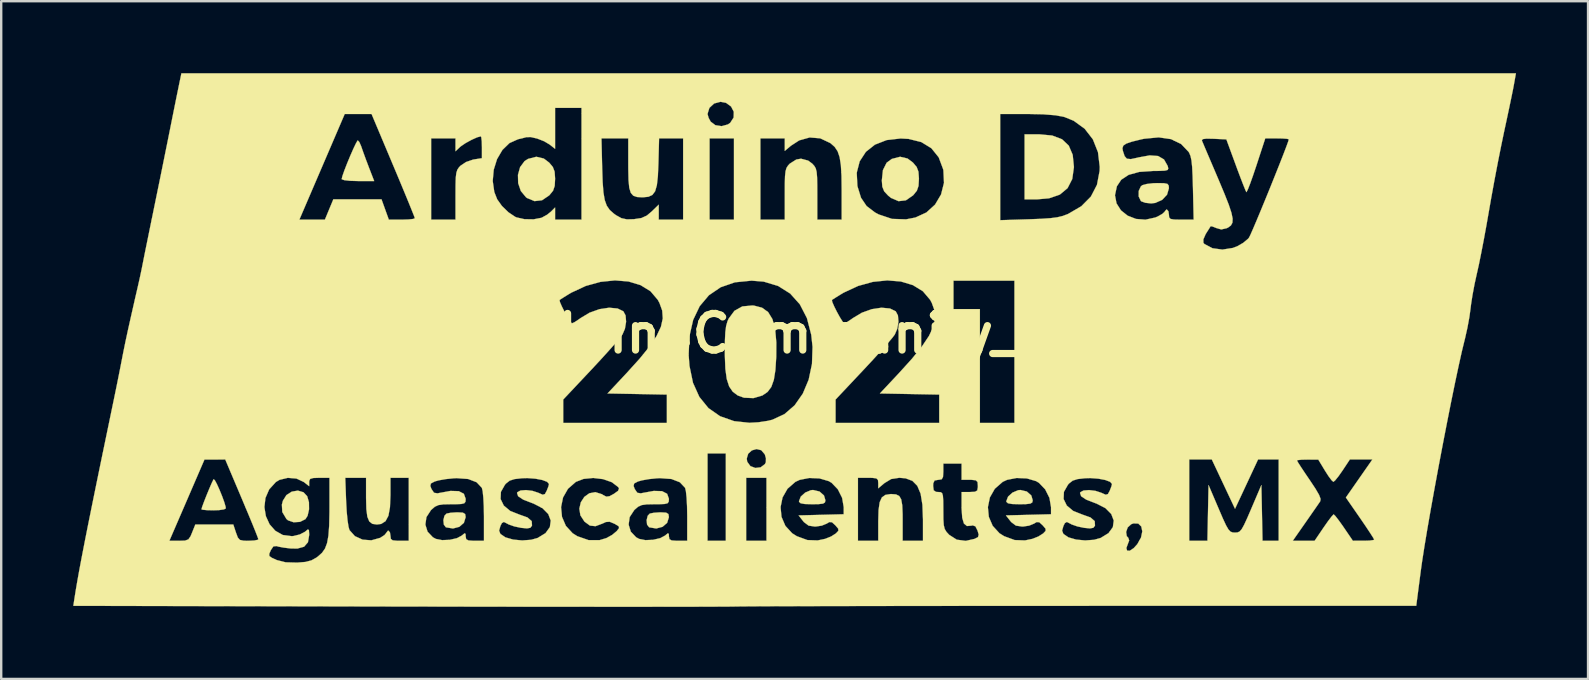
<source format=kicad_pcb>
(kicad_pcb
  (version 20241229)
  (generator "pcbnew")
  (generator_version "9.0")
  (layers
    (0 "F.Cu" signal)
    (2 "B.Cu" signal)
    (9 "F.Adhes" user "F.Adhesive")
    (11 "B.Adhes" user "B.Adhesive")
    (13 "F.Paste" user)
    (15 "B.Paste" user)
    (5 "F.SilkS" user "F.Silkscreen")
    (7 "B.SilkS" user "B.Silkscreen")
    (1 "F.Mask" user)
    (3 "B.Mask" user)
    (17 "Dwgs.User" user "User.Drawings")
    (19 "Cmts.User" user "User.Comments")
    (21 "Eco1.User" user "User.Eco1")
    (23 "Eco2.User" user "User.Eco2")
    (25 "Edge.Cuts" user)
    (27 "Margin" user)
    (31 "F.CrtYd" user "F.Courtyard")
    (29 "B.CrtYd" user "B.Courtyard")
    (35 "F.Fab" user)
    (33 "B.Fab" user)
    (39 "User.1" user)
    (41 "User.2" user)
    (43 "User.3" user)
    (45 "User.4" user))
  (footprint "ArduinoCommunity_777"
    (layer "F.Cu")
    (at 30.572 10.842)
    (property "Reference" "ArduinoCommunity_777" (at 0 0 0) (layer "F.SilkS") (effects (font (size 1.524 1.524) (thickness 0.3))))
    (attr through_hole)
    (fp_poly (pts (xy 9.673 -8.297) (xy 10.211 -8.246) (xy 10.618 -8.091) (xy 10.9 -7.825) (xy 11.063 -7.443) (xy 11.114 -6.938) (xy 11.114 -6.929) (xy 11.045 -6.436) (xy 10.85 -6.055) (xy 10.528 -5.787) (xy 10.08 -5.632) (xy 9.583 -5.588) (xy 9.059 -5.588) (xy 9.059 -8.297) (xy 9.673 -8.297)) (stroke (width 0.01) (type solid)) (fill yes) (layer "F.SilkS"))
    (fp_poly (pts (xy -14.34 7.463) (xy -14.245 7.521) (xy -14.224 7.649) (xy -14.297 7.887) (xy -14.488 8.053) (xy -14.752 8.123) (xy -15.045 8.074) (xy -15.05 8.072) (xy -15.134 7.96) (xy -15.152 7.774) (xy -15.108 7.593) (xy -15.021 7.502) (xy -14.852 7.468) (xy -14.605 7.451) (xy -14.556 7.451) (xy -14.34 7.463)) (stroke (width 0.01) (type solid)) (fill yes) (layer "F.SilkS"))
    (fp_poly (pts (xy -5.873 7.463) (xy -5.778 7.521) (xy -5.757 7.649) (xy -5.831 7.887) (xy -6.022 8.053) (xy -6.285 8.123) (xy -6.578 8.074) (xy -6.583 8.072) (xy -6.668 7.96) (xy -6.686 7.774) (xy -6.641 7.593) (xy -6.555 7.502) (xy -6.385 7.468) (xy -6.138 7.451) (xy -6.089 7.451) (xy -5.873 7.463)) (stroke (width 0.01) (type solid)) (fill yes) (layer "F.SilkS"))
    (fp_poly (pts (xy 0.517 6.583) (xy 0.703 6.748) (xy 0.762 6.949) (xy 0.743 7.037) (xy 0.662 7.087) (xy 0.481 7.108) (xy 0.212 7.112) (xy -0.097 7.104) (xy -0.269 7.073) (xy -0.335 7.014) (xy -0.339 6.985) (xy -0.265 6.795) (xy -0.081 6.628) (xy 0.154 6.529) (xy 0.248 6.519) (xy 0.517 6.583)) (stroke (width 0.01) (type solid)) (fill yes) (layer "F.SilkS"))
    (fp_poly (pts (xy 9.153 6.583) (xy 9.339 6.748) (xy 9.398 6.949) (xy 9.379 7.037) (xy 9.298 7.087) (xy 9.117 7.108) (xy 8.848 7.112) (xy 8.539 7.104) (xy 8.367 7.073) (xy 8.301 7.014) (xy 8.297 6.985) (xy 8.371 6.795) (xy 8.555 6.628) (xy 8.79 6.529) (xy 8.884 6.519) (xy 9.153 6.583)) (stroke (width 0.01) (type solid)) (fill yes) (layer "F.SilkS"))
    (fp_poly (pts (xy -20.98 6.614) (xy -20.826 6.778) (xy -20.752 7.029) (xy -20.748 7.324) (xy -20.808 7.591) (xy -20.898 7.734) (xy -21.124 7.847) (xy -21.391 7.864) (xy -21.625 7.783) (xy -21.691 7.726) (xy -21.863 7.438) (xy -21.88 7.13) (xy -21.838 6.967) (xy -21.691 6.731) (xy -21.467 6.588) (xy -21.214 6.545) (xy -20.98 6.614)) (stroke (width 0.01) (type solid)) (fill yes) (layer "F.SilkS"))
    (fp_poly (pts (xy 14.868 -6.26) (xy 15.009 -6.232) (xy 15.062 -6.162) (xy 15.071 -6.05) (xy 14.993 -5.783) (xy 14.79 -5.567) (xy 14.504 -5.439) (xy 14.329 -5.419) (xy 14.091 -5.444) (xy 13.921 -5.505) (xy 13.902 -5.52) (xy 13.811 -5.708) (xy 13.813 -5.937) (xy 13.901 -6.127) (xy 13.964 -6.178) (xy 14.139 -6.227) (xy 14.411 -6.259) (xy 14.599 -6.265) (xy 14.868 -6.26)) (stroke (width 0.01) (type solid)) (fill yes) (layer "F.SilkS"))
    (fp_poly (pts (xy -24.672 6.114) (xy -24.585 6.275) (xy -24.479 6.509) (xy -24.371 6.774) (xy -24.28 7.024) (xy -24.224 7.218) (xy -24.215 7.286) (xy -24.292 7.328) (xy -24.491 7.357) (xy -24.723 7.366) (xy -24.991 7.36) (xy -25.175 7.343) (xy -25.231 7.325) (xy -25.2 7.217) (xy -25.122 7.005) (xy -25.016 6.736) (xy -24.902 6.46) (xy -24.801 6.227) (xy -24.733 6.087) (xy -24.722 6.07) (xy -24.672 6.114)) (stroke (width 0.01) (type solid)) (fill yes) (layer "F.SilkS"))
    (fp_poly (pts (xy -18.652 -7.972) (xy -18.575 -7.796) (xy -18.566 -7.768) (xy -18.489 -7.547) (xy -18.376 -7.238) (xy -18.256 -6.921) (xy -18.035 -6.35) (xy -18.712 -6.35) (xy -19.044 -6.36) (xy -19.28 -6.387) (xy -19.386 -6.426) (xy -19.389 -6.434) (xy -19.358 -6.56) (xy -19.279 -6.787) (xy -19.167 -7.075) (xy -19.039 -7.384) (xy -18.913 -7.673) (xy -18.805 -7.901) (xy -18.733 -8.029) (xy -18.717 -8.043) (xy -18.652 -7.972)) (stroke (width 0.01) (type solid)) (fill yes) (layer "F.SilkS"))
    (fp_poly (pts (xy -10.97 -7.288) (xy -10.746 -7.119) (xy -10.592 -6.935) (xy -10.518 -6.741) (xy -10.499 -6.462) (xy -10.499 -6.435) (xy -10.515 -6.146) (xy -10.583 -5.948) (xy -10.731 -5.766) (xy -10.746 -5.751) (xy -11.043 -5.55) (xy -11.356 -5.514) (xy -11.669 -5.644) (xy -11.712 -5.677) (xy -11.926 -5.935) (xy -12.037 -6.261) (xy -12.046 -6.607) (xy -11.957 -6.929) (xy -11.771 -7.18) (xy -11.628 -7.272) (xy -11.28 -7.362) (xy -10.97 -7.288)) (stroke (width 0.01) (type solid)) (fill yes) (layer "F.SilkS"))
    (fp_poly (pts (xy 4.185 -7.288) (xy 4.409 -7.119) (xy 4.564 -6.935) (xy 4.637 -6.741) (xy 4.657 -6.462) (xy 4.657 -6.435) (xy 4.64 -6.146) (xy 4.572 -5.948) (xy 4.425 -5.766) (xy 4.409 -5.751) (xy 4.114 -5.547) (xy 3.809 -5.512) (xy 3.497 -5.646) (xy 3.381 -5.738) (xy 3.211 -5.92) (xy 3.132 -6.114) (xy 3.112 -6.375) (xy 3.158 -6.807) (xy 3.311 -7.112) (xy 3.527 -7.272) (xy 3.875 -7.362) (xy 4.185 -7.288)) (stroke (width 0.01) (type solid)) (fill yes) (layer "F.SilkS"))
    (fp_poly (pts (xy -2.211 -1.161) (xy -1.878 -1.074) (xy -1.624 -0.891) (xy -1.444 -0.597) (xy -1.332 -0.18) (xy -1.283 0.373) (xy -1.286 0.972) (xy -1.321 1.522) (xy -1.386 1.93) (xy -1.491 2.225) (xy -1.646 2.433) (xy -1.86 2.581) (xy -2.235 2.692) (xy -2.631 2.675) (xy -2.889 2.582) (xy -3.097 2.427) (xy -3.248 2.207) (xy -3.348 1.897) (xy -3.406 1.474) (xy -3.428 0.913) (xy -3.429 0.762) (xy -3.424 0.285) (xy -3.407 -0.061) (xy -3.374 -0.311) (xy -3.32 -0.502) (xy -3.269 -0.618) (xy -3.028 -0.945) (xy -2.699 -1.128) (xy -2.281 -1.167) (xy -2.211 -1.161)) (stroke (width 0.01) (type solid)) (fill yes) (layer "F.SilkS"))
    (fp_poly (pts (xy 29.447 -10.393) (xy 29.404 -10.164) (xy 29.331 -9.807) (xy 29.237 -9.358) (xy 29.13 -8.855) (xy 29.037 -8.424) (xy 28.913 -7.828) (xy 28.773 -7.127) (xy 28.631 -6.383) (xy 28.499 -5.659) (xy 28.406 -5.128) (xy 28.302 -4.532) (xy 28.192 -3.931) (xy 28.083 -3.366) (xy 27.985 -2.88) (xy 27.904 -2.517) (xy 27.9 -2.501) (xy 27.803 -2.06) (xy 27.717 -1.602) (xy 27.655 -1.2) (xy 27.638 -1.056) (xy 27.588 -0.688) (xy 27.506 -0.241) (xy 27.407 0.201) (xy 27.383 0.296) (xy 27.273 0.748) (xy 27.141 1.341) (xy 26.99 2.051) (xy 26.826 2.851) (xy 26.654 3.718) (xy 26.478 4.624) (xy 26.303 5.546) (xy 26.135 6.457) (xy 25.977 7.333) (xy 25.835 8.148) (xy 25.714 8.876) (xy 25.618 9.493) (xy 25.563 9.885) (xy 25.373 11.345) (xy 11.811 11.345) (xy 10.286 11.346) (xy 8.794 11.346) (xy 7.344 11.347) (xy 5.947 11.348) (xy 4.612 11.349) (xy 3.35 11.351) (xy 2.172 11.353) (xy 1.086 11.355) (xy 0.103 11.357) (xy -0.766 11.36) (xy -1.512 11.362) (xy -2.124 11.365) (xy -2.593 11.368) (xy -2.909 11.371) (xy -3.013 11.373) (xy -3.242 11.376) (xy -3.629 11.378) (xy -4.165 11.38) (xy -4.84 11.382) (xy -5.643 11.383) (xy -6.563 11.384) (xy -7.591 11.384) (xy -8.717 11.384) (xy -9.929 11.383) (xy -11.218 11.382) (xy -12.573 11.381) (xy -13.984 11.379) (xy -15.442 11.376) (xy -16.934 11.374) (xy -17.421 11.373) (xy -30.567 11.345) (xy -30.519 11.028) (xy -30.467 10.701) (xy -30.402 10.32) (xy -30.322 9.874) (xy -30.224 9.353) (xy -30.106 8.744) (xy -30.085 8.636) (xy -26.567 8.636) (xy -26.162 8.636) (xy -25.914 8.628) (xy -25.775 8.577) (xy -25.684 8.446) (xy -25.622 8.297) (xy -25.486 7.959) (xy -23.903 7.959) (xy -23.791 8.297) (xy -23.715 8.5) (xy -23.626 8.6) (xy -23.466 8.633) (xy -23.27 8.636) (xy -23.033 8.624) (xy -22.884 8.594) (xy -22.859 8.572) (xy -22.891 8.479) (xy -22.979 8.253) (xy -23.114 7.92) (xy -23.287 7.503) (xy -23.4 7.235) (xy -22.608 7.235) (xy -22.547 7.609) (xy -22.393 7.947) (xy -22.154 8.218) (xy -21.842 8.394) (xy -21.465 8.443) (xy -21.393 8.436) (xy -21.134 8.372) (xy -20.926 8.265) (xy -20.906 8.249) (xy -20.798 8.162) (xy -20.753 8.189) (xy -20.743 8.356) (xy -20.743 8.398) (xy -20.794 8.698) (xy -20.955 8.882) (xy -21.237 8.96) (xy -21.524 8.954) (xy -21.804 8.92) (xy -22.028 8.878) (xy -22.104 8.855) (xy -22.234 8.869) (xy -22.34 9.025) (xy -22.406 9.179) (xy -22.401 9.27) (xy -22.297 9.345) (xy -22.094 9.438) (xy -21.723 9.532) (xy -21.242 9.545) (xy -20.895 9.516) (xy -20.649 9.451) (xy -20.436 9.332) (xy -20.378 9.288) (xy -20.209 9.138) (xy -20.084 8.961) (xy -19.997 8.731) (xy -19.941 8.422) (xy -19.91 8.007) (xy -19.898 7.46) (xy -19.897 7.218) (xy -19.897 6.011) (xy -19.24 6.011) (xy -19.203 7.006) (xy -19.18 7.417) (xy -19.145 7.781) (xy -19.103 8.055) (xy -19.064 8.19) (xy -18.838 8.442) (xy -18.518 8.588) (xy -18.154 8.616) (xy -17.792 8.515) (xy -17.776 8.507) (xy -17.605 8.396) (xy -17.527 8.301) (xy -17.526 8.295) (xy -17.462 8.215) (xy -17.441 8.213) (xy -17.378 8.285) (xy -17.357 8.424) (xy -17.341 8.555) (xy -17.263 8.617) (xy -17.078 8.635) (xy -16.976 8.636) (xy -16.595 8.636) (xy -16.595 7.961) (xy -15.903 7.961) (xy -15.811 8.255) (xy -15.591 8.488) (xy -15.464 8.557) (xy -15.205 8.608) (xy -14.887 8.595) (xy -14.586 8.526) (xy -14.39 8.421) (xy -14.269 8.323) (xy -14.228 8.349) (xy -14.224 8.454) (xy -14.203 8.567) (xy -14.109 8.621) (xy -13.9 8.636) (xy -13.843 8.636) (xy -13.462 8.636) (xy -13.462 8.212) (xy -12.832 8.212) (xy -12.777 8.349) (xy -12.566 8.493) (xy -12.246 8.585) (xy -11.872 8.621) (xy -11.5 8.594) (xy -11.227 8.518) (xy -10.897 8.316) (xy -10.717 8.066) (xy -10.68 7.792) (xy -10.784 7.52) (xy -11.025 7.276) (xy -11.108 7.233) (xy -10.25 7.233) (xy -10.211 7.639) (xy -10.05 8.013) (xy -9.768 8.321) (xy -9.571 8.445) (xy -9.098 8.609) (xy -8.647 8.609) (xy -8.358 8.521) (xy -8.119 8.388) (xy -7.93 8.23) (xy -7.834 8.107) (xy -7.851 8.029) (xy -7.963 7.961) (xy -7.436 7.961) (xy -7.345 8.255) (xy -7.124 8.488) (xy -6.997 8.557) (xy -6.738 8.608) (xy -6.42 8.595) (xy -6.12 8.526) (xy -5.923 8.421) (xy -5.802 8.323) (xy -5.762 8.349) (xy -5.757 8.454) (xy -5.736 8.567) (xy -5.643 8.621) (xy -5.433 8.636) (xy -5.376 8.636) (xy -4.995 8.636) (xy -4.995 7.614) (xy -5.002 7.201) (xy -5.021 6.839) (xy -5.05 6.568) (xy -5.083 6.43) (xy -5.302 6.197) (xy -5.654 6.061) (xy -6.132 6.026) (xy -6.257 6.032) (xy -6.587 6.066) (xy -6.881 6.118) (xy -7.048 6.165) (xy -7.205 6.248) (xy -7.229 6.352) (xy -7.18 6.48) (xy -7.074 6.635) (xy -6.927 6.659) (xy -6.875 6.647) (xy -6.39 6.558) (xy -6.043 6.568) (xy -5.832 6.677) (xy -5.757 6.885) (xy -5.757 6.898) (xy -5.766 7.009) (xy -5.815 7.073) (xy -5.943 7.103) (xy -6.184 7.112) (xy -6.357 7.112) (xy -6.681 7.118) (xy -6.891 7.148) (xy -7.04 7.216) (xy -7.184 7.34) (xy -7.203 7.359) (xy -7.392 7.648) (xy -7.436 7.961) (xy -7.963 7.961) (xy -7.998 7.94) (xy -8.029 7.924) (xy -8.226 7.842) (xy -8.383 7.853) (xy -8.523 7.917) (xy -8.815 8.027) (xy -9.049 8.002) (xy -9.275 7.836) (xy -9.275 7.836) (xy -9.445 7.575) (xy -9.489 7.297) (xy -9.427 7.031) (xy -9.281 6.807) (xy -9.072 6.656) (xy -8.821 6.609) (xy -8.549 6.694) (xy -8.5 6.726) (xy -8.366 6.796) (xy -8.233 6.779) (xy -8.05 6.68) (xy -7.876 6.555) (xy -7.836 6.458) (xy -7.87 6.397) (xy -8.135 6.195) (xy -8.5 6.067) (xy -8.91 6.018) (xy -9.31 6.057) (xy -9.632 6.18) (xy -9.962 6.469) (xy -10.168 6.831) (xy -10.25 7.233) (xy -11.108 7.233) (xy -11.398 7.085) (xy -11.452 7.066) (xy -11.827 6.92) (xy -12.039 6.779) (xy -12.085 6.644) (xy -12.07 6.612) (xy -11.94 6.541) (xy -11.71 6.523) (xy -11.443 6.555) (xy -11.198 6.635) (xy -11.184 6.642) (xy -11.014 6.717) (xy -10.923 6.688) (xy -10.849 6.554) (xy -10.777 6.371) (xy -10.753 6.268) (xy -10.83 6.179) (xy -11.034 6.102) (xy -11.322 6.048) (xy -11.651 6.023) (xy -11.875 6.029) (xy -12.187 6.065) (xy -12.388 6.129) (xy -12.539 6.246) (xy -12.586 6.298) (xy -12.756 6.597) (xy -12.769 6.895) (xy -12.636 7.168) (xy -12.368 7.392) (xy -11.99 7.542) (xy -11.649 7.663) (xy -11.473 7.815) (xy -11.46 7.999) (xy -11.465 8.011) (xy -11.53 8.094) (xy -11.67 8.119) (xy -11.913 8.096) (xy -12.195 8.037) (xy -12.433 7.954) (xy -12.493 7.921) (xy -12.633 7.85) (xy -12.716 7.9) (xy -12.776 8.016) (xy -12.832 8.212) (xy -13.462 8.212) (xy -13.462 7.614) (xy -13.469 7.201) (xy -13.488 6.839) (xy -13.516 6.568) (xy -13.549 6.43) (xy -13.768 6.197) (xy -14.121 6.061) (xy -14.598 6.026) (xy -14.724 6.032) (xy -15.054 6.066) (xy -15.348 6.118) (xy -15.514 6.165) (xy -15.672 6.248) (xy -15.696 6.352) (xy -15.647 6.48) (xy -15.541 6.635) (xy -15.394 6.659) (xy -15.341 6.647) (xy -14.857 6.558) (xy -14.51 6.568) (xy -14.299 6.677) (xy -14.224 6.885) (xy -14.224 6.898) (xy -14.232 7.009) (xy -14.282 7.073) (xy -14.409 7.103) (xy -14.651 7.112) (xy -14.823 7.112) (xy -15.148 7.118) (xy -15.357 7.148) (xy -15.507 7.216) (xy -15.65 7.34) (xy -15.67 7.359) (xy -15.858 7.648) (xy -15.903 7.961) (xy -16.595 7.961) (xy -16.595 6.011) (xy -17.357 6.011) (xy -17.357 6.737) (xy -17.377 7.238) (xy -17.442 7.593) (xy -17.562 7.818) (xy -17.743 7.933) (xy -17.922 7.957) (xy -18.11 7.93) (xy -18.239 7.83) (xy -18.32 7.634) (xy -18.361 7.317) (xy -18.373 6.855) (xy -18.373 6.011) (xy -19.24 6.011) (xy -19.897 6.011) (xy -20.32 6.011) (xy -20.573 6.02) (xy -20.7 6.057) (xy -20.741 6.14) (xy -20.743 6.187) (xy -20.743 6.362) (xy -20.966 6.187) (xy -21.272 6.043) (xy -21.633 6.013) (xy -21.977 6.096) (xy -22.131 6.188) (xy -22.409 6.494) (xy -22.565 6.853) (xy -22.608 7.235) (xy -23.4 7.235) (xy -23.487 7.027) (xy -23.549 6.879) (xy -24.239 5.249) (xy -24.672 5.25) (xy -25.104 5.25) (xy -25.835 6.943) (xy -26.567 8.636) (xy -30.085 8.636) (xy -29.966 8.036) (xy -29.801 7.219) (xy -29.61 6.281) (xy -29.39 5.211) (xy -29.345 4.995) (xy -4.149 4.995) (xy -4.149 8.636) (xy -3.387 8.636) (xy -3.387 6.011) (xy -2.54 6.011) (xy -2.54 8.636) (xy -1.693 8.636) (xy -1.693 7.233) (xy -1.106 7.233) (xy -1.067 7.639) (xy -0.906 8.013) (xy -0.624 8.321) (xy -0.427 8.445) (xy 0.01 8.605) (xy 0.44 8.62) (xy 0.753 8.554) (xy 1 8.455) (xy 1.196 8.33) (xy 1.198 8.328) (xy 1.301 8.22) (xy 1.295 8.13) (xy 1.175 7.99) (xy 1.035 7.863) (xy 0.925 7.855) (xy 0.816 7.92) (xy 0.612 8.004) (xy 0.35 8.043) (xy 0.326 8.043) (xy 0.062 8.004) (xy -0.132 7.858) (xy -0.171 7.811) (xy -0.354 7.578) (xy 0.585 7.554) (xy 1.524 7.53) (xy 1.524 7.233) (xy 1.458 6.847) (xy 1.28 6.492) (xy 1.023 6.223) (xy 0.902 6.15) (xy 0.516 6.037) (xy 0.09 6.019) (xy -0.306 6.096) (xy -0.488 6.18) (xy -0.818 6.469) (xy -1.024 6.831) (xy -1.106 7.233) (xy -1.693 7.233) (xy -1.693 6.011) (xy 2.117 6.011) (xy 2.117 8.636) (xy 2.963 8.636) (xy 2.963 7.817) (xy 2.976 7.352) (xy 3.022 7.03) (xy 3.114 6.828) (xy 3.262 6.723) (xy 3.478 6.689) (xy 3.51 6.689) (xy 3.704 6.704) (xy 3.837 6.769) (xy 3.919 6.909) (xy 3.962 7.152) (xy 3.978 7.524) (xy 3.979 7.764) (xy 3.979 8.636) (xy 4.826 8.636) (xy 4.826 7.744) (xy 4.803 7.136) (xy 4.728 6.675) (xy 4.592 6.35) (xy 5.249 6.35) (xy 5.272 6.532) (xy 5.369 6.598) (xy 5.461 6.604) (xy 5.561 6.61) (xy 5.623 6.65) (xy 5.656 6.755) (xy 5.67 6.959) (xy 5.673 7.295) (xy 5.673 7.373) (xy 5.676 7.741) (xy 5.692 7.983) (xy 5.732 8.144) (xy 5.806 8.266) (xy 5.92 8.389) (xy 6.233 8.589) (xy 6.609 8.639) (xy 6.976 8.555) (xy 7.118 8.482) (xy 7.147 8.378) (xy 7.1 8.213) (xy 7.011 8.035) (xy 6.9 7.993) (xy 6.845 8.005) (xy 6.658 8.021) (xy 6.532 7.917) (xy 6.461 7.679) (xy 6.435 7.294) (xy 6.435 7.233) (xy 7.53 7.233) (xy 7.569 7.639) (xy 7.73 8.013) (xy 8.012 8.321) (xy 8.209 8.445) (xy 8.646 8.605) (xy 9.076 8.62) (xy 9.389 8.554) (xy 9.636 8.455) (xy 9.832 8.33) (xy 9.834 8.328) (xy 9.937 8.22) (xy 9.936 8.212) (xy 10.621 8.212) (xy 10.676 8.349) (xy 10.887 8.493) (xy 11.207 8.585) (xy 11.58 8.621) (xy 11.953 8.594) (xy 12.226 8.518) (xy 12.555 8.316) (xy 12.591 8.267) (xy 13.288 8.267) (xy 13.315 8.442) (xy 13.378 8.509) (xy 13.416 8.622) (xy 13.378 8.72) (xy 13.299 8.935) (xy 13.329 9.046) (xy 13.441 9.049) (xy 13.607 8.939) (xy 13.754 8.776) (xy 13.909 8.5) (xy 13.962 8.244) (xy 13.92 8.04) (xy 13.794 7.918) (xy 13.594 7.911) (xy 13.502 7.944) (xy 13.355 8.078) (xy 13.288 8.267) (xy 12.591 8.267) (xy 12.736 8.066) (xy 12.773 7.792) (xy 12.669 7.52) (xy 12.428 7.276) (xy 12.055 7.085) (xy 12 7.066) (xy 11.625 6.92) (xy 11.414 6.779) (xy 11.368 6.644) (xy 11.383 6.612) (xy 11.513 6.541) (xy 11.743 6.523) (xy 12.01 6.555) (xy 12.255 6.635) (xy 12.269 6.642) (xy 12.439 6.717) (xy 12.53 6.688) (xy 12.604 6.554) (xy 12.675 6.371) (xy 12.7 6.268) (xy 12.622 6.179) (xy 12.418 6.102) (xy 12.131 6.048) (xy 11.802 6.023) (xy 11.578 6.029) (xy 11.266 6.065) (xy 11.064 6.129) (xy 10.914 6.246) (xy 10.867 6.298) (xy 10.697 6.597) (xy 10.684 6.895) (xy 10.817 7.168) (xy 11.085 7.392) (xy 11.463 7.542) (xy 11.804 7.663) (xy 11.98 7.815) (xy 11.992 7.999) (xy 11.988 8.011) (xy 11.922 8.094) (xy 11.782 8.119) (xy 11.54 8.096) (xy 11.258 8.037) (xy 11.02 7.954) (xy 10.96 7.921) (xy 10.82 7.85) (xy 10.736 7.9) (xy 10.677 8.016) (xy 10.621 8.212) (xy 9.936 8.212) (xy 9.931 8.13) (xy 9.811 7.99) (xy 9.671 7.863) (xy 9.561 7.855) (xy 9.452 7.92) (xy 9.248 8.004) (xy 8.986 8.043) (xy 8.962 8.043) (xy 8.698 8.004) (xy 8.504 7.858) (xy 8.465 7.811) (xy 8.282 7.578) (xy 9.221 7.554) (xy 10.16 7.53) (xy 10.16 7.233) (xy 10.094 6.847) (xy 9.916 6.492) (xy 9.659 6.223) (xy 9.538 6.15) (xy 9.152 6.037) (xy 8.726 6.019) (xy 8.33 6.096) (xy 8.148 6.18) (xy 7.818 6.469) (xy 7.612 6.831) (xy 7.53 7.233) (xy 6.435 7.233) (xy 6.435 7.229) (xy 6.435 6.604) (xy 6.773 6.604) (xy 6.99 6.594) (xy 7.087 6.54) (xy 7.111 6.405) (xy 7.112 6.35) (xy 7.099 6.187) (xy 7.026 6.115) (xy 6.846 6.096) (xy 6.773 6.096) (xy 6.435 6.096) (xy 6.435 5.419) (xy 5.673 5.419) (xy 5.673 5.757) (xy 5.661 5.976) (xy 5.607 6.073) (xy 5.479 6.096) (xy 5.461 6.096) (xy 5.31 6.123) (xy 5.254 6.24) (xy 5.249 6.35) (xy 4.592 6.35) (xy 4.592 6.348) (xy 4.386 6.139) (xy 4.102 6.033) (xy 3.84 6.011) (xy 3.501 6.063) (xy 3.224 6.231) (xy 2.963 6.45) (xy 2.963 6.231) (xy 2.951 6.101) (xy 2.883 6.036) (xy 2.718 6.014) (xy 2.54 6.011) (xy 2.117 6.011) (xy -1.693 6.011) (xy -2.54 6.011) (xy -3.387 6.011) (xy -3.387 5.211) (xy -2.516 5.211) (xy -2.495 5.343) (xy -2.364 5.524) (xy -2.157 5.602) (xy -1.936 5.575) (xy -1.761 5.443) (xy -1.72 5.365) (xy -1.717 5.249) (xy 15.917 5.249) (xy 15.917 8.636) (xy 16.675 8.636) (xy 16.698 7.474) (xy 16.722 6.312) (xy 17.145 7.303) (xy 17.321 7.712) (xy 17.45 7.989) (xy 17.549 8.161) (xy 17.634 8.252) (xy 17.723 8.288) (xy 17.822 8.294) (xy 17.93 8.287) (xy 18.018 8.247) (xy 18.104 8.149) (xy 18.204 7.969) (xy 18.337 7.681) (xy 18.5 7.303) (xy 18.923 6.312) (xy 18.947 7.474) (xy 18.97 8.636) (xy 19.643 8.636) (xy 20.229 8.636) (xy 21.139 8.636) (xy 21.512 8.086) (xy 21.693 7.827) (xy 21.84 7.633) (xy 21.926 7.539) (xy 21.935 7.535) (xy 22.003 7.6) (xy 22.138 7.773) (xy 22.314 8.018) (xy 22.359 8.084) (xy 22.733 8.632) (xy 23.177 8.634) (xy 23.426 8.627) (xy 23.587 8.605) (xy 23.622 8.586) (xy 23.576 8.501) (xy 23.452 8.307) (xy 23.268 8.03) (xy 23.043 7.701) (xy 23.032 7.685) (xy 22.442 6.833) (xy 22.994 6.041) (xy 23.546 5.249) (xy 22.608 5.249) (xy 22.299 5.715) (xy 22.132 5.952) (xy 21.996 6.12) (xy 21.922 6.181) (xy 21.847 6.114) (xy 21.716 5.939) (xy 21.574 5.717) (xy 21.294 5.254) (xy 20.849 5.252) (xy 20.601 5.257) (xy 20.439 5.275) (xy 20.405 5.29) (xy 20.45 5.372) (xy 20.572 5.563) (xy 20.752 5.833) (xy 20.932 6.097) (xy 21.177 6.466) (xy 21.326 6.723) (xy 21.389 6.89) (xy 21.376 6.987) (xy 21.296 7.105) (xy 21.142 7.327) (xy 20.939 7.619) (xy 20.761 7.874) (xy 20.229 8.636) (xy 19.643 8.636) (xy 19.643 5.249) (xy 18.784 5.249) (xy 17.825 7.302) (xy 16.858 5.249) (xy 15.917 5.249) (xy -1.717 5.249) (xy -1.716 5.197) (xy -1.765 5.032) (xy -1.912 4.862) (xy -2.106 4.814) (xy -2.302 4.87) (xy -2.454 5.008) (xy -2.516 5.211) (xy -3.387 5.211) (xy -3.387 4.995) (xy -4.149 4.995) (xy -29.345 4.995) (xy -29.138 3.997) (xy -28.862 2.667) (xy -28.771 2.224) (xy -28.678 1.762) (xy -28.598 1.359) (xy -28.573 1.228) (xy -28.488 0.792) (xy -28.396 0.341) (xy -28.289 -0.156) (xy -28.16 -0.732) (xy -28.009 -1.396) (xy -10.312 -1.396) (xy -10.297 -1.311) (xy -10.219 -1.131) (xy -10.105 -0.903) (xy -9.98 -0.677) (xy -9.87 -0.501) (xy -9.801 -0.424) (xy -9.798 -0.423) (xy -9.69 -0.471) (xy -9.51 -0.589) (xy -9.446 -0.636) (xy -9.066 -0.865) (xy -8.652 -1.013) (xy -8.248 -1.074) (xy -7.895 -1.041) (xy -7.655 -0.925) (xy -7.562 -0.752) (xy -7.541 -0.488) (xy -7.59 -0.196) (xy -7.692 0.042) (xy -7.798 0.182) (xy -7.999 0.42) (xy -8.276 0.733) (xy -8.608 1.098) (xy -8.972 1.49) (xy -9.004 1.524) (xy -10.16 2.752) (xy -10.16 3.239) (xy -10.16 3.725) (xy -5.842 3.725) (xy -5.842 2.545) (xy -7.078 2.521) (xy -8.315 2.498) (xy -7.52 1.65) (xy -6.979 1.052) (xy -6.847 0.891) (xy -4.935 0.891) (xy -4.901 1.349) (xy -4.755 2.053) (xy -4.49 2.641) (xy -4.112 3.107) (xy -3.627 3.446) (xy -3.04 3.652) (xy -2.407 3.72) (xy -2.031 3.699) (xy -1.638 3.639) (xy -1.449 3.593) (xy -0.945 3.359) (xy -0.519 2.99) (xy -0.18 2.505) (xy 0.064 1.925) (xy 0.202 1.27) (xy 0.226 0.559) (xy 0.172 0.054) (xy -0.008 -0.64) (xy -0.303 -1.214) (xy -0.466 -1.396) (xy 1.033 -1.396) (xy 1.048 -1.311) (xy 1.126 -1.131) (xy 1.24 -0.903) (xy 1.365 -0.677) (xy 1.475 -0.501) (xy 1.544 -0.424) (xy 1.547 -0.423) (xy 1.655 -0.471) (xy 1.835 -0.589) (xy 1.899 -0.636) (xy 2.279 -0.865) (xy 2.693 -1.013) (xy 3.097 -1.074) (xy 3.451 -1.041) (xy 3.691 -0.925) (xy 3.783 -0.752) (xy 3.804 -0.488) (xy 3.755 -0.196) (xy 3.653 0.042) (xy 3.548 0.182) (xy 3.346 0.42) (xy 3.069 0.733) (xy 2.738 1.098) (xy 2.373 1.49) (xy 2.341 1.524) (xy 1.185 2.752) (xy 1.185 3.239) (xy 1.185 3.725) (xy 5.503 3.725) (xy 5.503 2.545) (xy 3.031 2.498) (xy 3.826 1.65) (xy 4.367 1.052) (xy 4.781 0.542) (xy 5.075 0.103) (xy 5.257 -0.282) (xy 5.332 -0.628) (xy 5.309 -0.953) (xy 5.194 -1.272) (xy 5.124 -1.403) (xy 4.821 -1.76) (xy 4.406 -2.015) (xy 3.905 -2.166) (xy 3.468 -2.201) (xy 6.096 -2.201) (xy 6.096 -1.016) (xy 7.197 -1.016) (xy 7.197 3.725) (xy 8.636 3.725) (xy 8.636 -2.201) (xy 6.096 -2.201) (xy 3.468 -2.201) (xy 3.342 -2.212) (xy 2.741 -2.151) (xy 2.128 -1.982) (xy 1.526 -1.703) (xy 1.397 -1.626) (xy 1.192 -1.499) (xy 1.058 -1.413) (xy 1.033 -1.396) (xy -0.466 -1.396) (xy -0.705 -1.663) (xy -1.209 -1.98) (xy -1.807 -2.16) (xy -2.316 -2.201) (xy -3.007 -2.132) (xy -3.6 -1.927) (xy -4.091 -1.593) (xy -4.475 -1.138) (xy -4.747 -0.568) (xy -4.902 0.11) (xy -4.935 0.891) (xy -6.847 0.891) (xy -6.565 0.542) (xy -6.27 0.103) (xy -6.089 -0.282) (xy -6.013 -0.628) (xy -6.036 -0.953) (xy -6.151 -1.272) (xy -6.222 -1.403) (xy -6.525 -1.76) (xy -6.939 -2.015) (xy -7.44 -2.166) (xy -8.003 -2.212) (xy -8.604 -2.151) (xy -9.218 -1.982) (xy -9.819 -1.703) (xy -9.948 -1.626) (xy -10.153 -1.499) (xy -10.287 -1.413) (xy -10.312 -1.396) (xy -28.009 -1.396) (xy -28.004 -1.42) (xy -27.882 -1.947) (xy -27.801 -2.306) (xy -27.725 -2.664) (xy -27.682 -2.879) (xy -27.644 -3.073) (xy -27.578 -3.404) (xy -27.489 -3.839) (xy -27.385 -4.35) (xy -27.305 -4.741) (xy -21.152 -4.741) (xy -20.089 -4.741) (xy -19.913 -5.165) (xy -19.737 -5.588) (xy -17.729 -5.588) (xy -17.577 -5.165) (xy -17.424 -4.741) (xy -16.882 -4.741) (xy -16.605 -4.75) (xy -16.409 -4.772) (xy -16.341 -4.801) (xy -16.372 -4.891) (xy -16.462 -5.117) (xy -16.6 -5.458) (xy -16.779 -5.892) (xy -16.99 -6.4) (xy -17.225 -6.96) (xy -17.243 -7.002) (xy -17.717 -8.128) (xy -15.663 -8.128) (xy -15.663 -4.741) (xy -14.647 -4.741) (xy -14.647 -5.761) (xy -14.645 -6.195) (xy -14.64 -6.354) (xy -13.097 -6.354) (xy -13.031 -5.894) (xy -12.911 -5.589) (xy -12.714 -5.313) (xy -12.442 -5.049) (xy -12.162 -4.861) (xy -12.107 -4.836) (xy -11.776 -4.762) (xy -11.395 -4.756) (xy -11.065 -4.82) (xy -11.058 -4.823) (xy -10.831 -4.948) (xy -10.671 -5.077) (xy -10.499 -5.249) (xy -10.499 -4.741) (xy -9.398 -4.741) (xy -9.398 -8.128) (xy -8.567 -8.128) (xy -8.537 -6.879) (xy -8.518 -6.308) (xy -8.485 -5.877) (xy -8.431 -5.559) (xy -8.346 -5.324) (xy -8.223 -5.146) (xy -8.052 -4.994) (xy -7.959 -4.927) (xy -7.735 -4.803) (xy -7.507 -4.754) (xy -7.215 -4.762) (xy -6.904 -4.809) (xy -6.676 -4.913) (xy -6.474 -5.083) (xy -6.181 -5.367) (xy -6.181 -4.741) (xy -5.165 -4.741) (xy -5.165 -8.128) (xy -4.064 -8.128) (xy -4.064 -4.741) (xy -3.048 -4.741) (xy -3.048 -8.128) (xy -1.947 -8.128) (xy -1.947 -4.741) (xy -0.931 -4.741) (xy -0.931 -5.804) (xy -0.93 -6.247) (xy -0.921 -6.554) (xy -0.899 -6.759) (xy -0.86 -6.895) (xy -0.797 -6.994) (xy -0.724 -7.074) (xy -0.451 -7.247) (xy -0.254 -7.281) (xy 0.043 -7.202) (xy 0.216 -7.074) (xy 0.302 -6.978) (xy 0.36 -6.875) (xy 0.396 -6.73) (xy 0.415 -6.509) (xy 0.422 -6.181) (xy 0.423 -5.804) (xy 0.423 -4.741) (xy 1.439 -4.741) (xy 1.439 -5.972) (xy 1.432 -6.563) (xy 1.424 -6.699) (xy 2.067 -6.699) (xy 2.093 -6.161) (xy 2.102 -6.115) (xy 2.245 -5.654) (xy 2.477 -5.31) (xy 2.83 -5.041) (xy 2.981 -4.96) (xy 3.535 -4.774) (xy 4.12 -4.755) (xy 4.511 -4.831) (xy 4.967 -5.04) (xy 5.329 -5.369) (xy 5.579 -5.791) (xy 5.701 -6.275) (xy 5.677 -6.791) (xy 5.667 -6.841) (xy 5.481 -7.338) (xy 5.176 -7.717) (xy 4.755 -7.974) (xy 4.224 -8.106) (xy 3.895 -8.124) (xy 3.312 -8.057) (xy 2.825 -7.867) (xy 2.447 -7.567) (xy 2.19 -7.173) (xy 2.067 -6.699) (xy 1.424 -6.699) (xy 1.406 -7.011) (xy 1.354 -7.345) (xy 1.271 -7.589) (xy 1.149 -7.772) (xy 0.983 -7.919) (xy 0.962 -7.934) (xy 0.546 -8.13) (xy 0.106 -8.166) (xy -0.33 -8.044) (xy -0.673 -7.822) (xy -0.931 -7.605) (xy -0.931 -8.128) (xy -1.947 -8.128) (xy -3.048 -8.128) (xy -4.064 -8.128) (xy -5.165 -8.128) (xy -6.167 -8.128) (xy -6.195 -7.078) (xy -6.217 -6.555) (xy -6.259 -6.178) (xy -6.332 -5.924) (xy -6.447 -5.771) (xy -6.614 -5.695) (xy -6.844 -5.673) (xy -6.865 -5.673) (xy -7.084 -5.685) (xy -7.241 -5.739) (xy -7.346 -5.859) (xy -7.409 -6.067) (xy -7.44 -6.389) (xy -7.45 -6.848) (xy -7.451 -7.033) (xy -7.451 -8.128) (xy -8.567 -8.128) (xy -9.398 -8.128) (xy -9.398 -9.144) (xy -4.149 -9.144) (xy -4.102 -8.978) (xy -4.017 -8.824) (xy -3.822 -8.677) (xy -3.56 -8.637) (xy -3.301 -8.708) (xy -3.203 -8.776) (xy -3.061 -8.997) (xy -3.058 -9.144) (xy 8.043 -9.144) (xy 8.043 -4.72) (xy 9.25 -4.758) (xy 9.761 -4.778) (xy 10.139 -4.804) (xy 10.422 -4.841) (xy 10.646 -4.895) (xy 10.849 -4.971) (xy 10.88 -4.985) (xy 11.423 -5.302) (xy 11.821 -5.704) (xy 11.85 -5.76) (xy 12.824 -5.76) (xy 12.889 -5.42) (xy 13.073 -5.13) (xy 13.351 -4.908) (xy 13.7 -4.772) (xy 14.093 -4.741) (xy 14.506 -4.832) (xy 14.613 -4.878) (xy 14.8 -4.985) (xy 14.897 -5.075) (xy 14.901 -5.09) (xy 14.966 -5.163) (xy 14.986 -5.165) (xy 15.05 -5.092) (xy 15.071 -4.953) (xy 15.081 -4.836) (xy 15.139 -4.773) (xy 15.284 -4.747) (xy 15.555 -4.741) (xy 15.586 -4.741) (xy 16.102 -4.741) (xy 16.073 -6.036) (xy 16.058 -6.557) (xy 16.039 -6.937) (xy 16.011 -7.206) (xy 15.971 -7.392) (xy 15.916 -7.524) (xy 15.892 -7.565) (xy 15.579 -7.893) (xy 15.263 -8.046) (xy 16.444 -8.046) (xy 16.449 -8.026) (xy 16.496 -7.917) (xy 16.597 -7.678) (xy 16.743 -7.335) (xy 16.923 -6.914) (xy 17.124 -6.442) (xy 17.143 -6.398) (xy 17.387 -5.815) (xy 17.564 -5.366) (xy 17.675 -5.03) (xy 17.725 -4.787) (xy 17.717 -4.617) (xy 17.654 -4.5) (xy 17.539 -4.415) (xy 17.481 -4.386) (xy 17.252 -4.334) (xy 17.049 -4.392) (xy 16.885 -4.457) (xy 16.81 -4.469) (xy 16.604 -4.144) (xy 16.506 -3.921) (xy 16.508 -3.779) (xy 16.547 -3.73) (xy 16.887 -3.551) (xy 17.299 -3.495) (xy 17.735 -3.564) (xy 17.917 -3.633) (xy 18.167 -3.777) (xy 18.366 -3.943) (xy 18.406 -3.991) (xy 18.464 -4.106) (xy 18.571 -4.349) (xy 18.718 -4.694) (xy 18.894 -5.115) (xy 19.088 -5.586) (xy 19.29 -6.081) (xy 19.488 -6.574) (xy 19.673 -7.038) (xy 19.834 -7.448) (xy 19.96 -7.778) (xy 20.041 -8.001) (xy 20.066 -8.089) (xy 19.989 -8.11) (xy 19.79 -8.124) (xy 19.576 -8.128) (xy 19.085 -8.128) (xy 18.712 -6.988) (xy 18.576 -6.584) (xy 18.457 -6.249) (xy 18.363 -6.01) (xy 18.307 -5.895) (xy 18.297 -5.889) (xy 18.254 -5.98) (xy 18.165 -6.2) (xy 18.043 -6.517) (xy 17.898 -6.903) (xy 17.86 -7.008) (xy 17.464 -8.086) (xy 16.934 -8.111) (xy 16.638 -8.117) (xy 16.483 -8.097) (xy 16.444 -8.046) (xy 15.263 -8.046) (xy 15.16 -8.096) (xy 14.645 -8.17) (xy 14.044 -8.113) (xy 13.918 -8.087) (xy 13.537 -7.993) (xy 13.297 -7.912) (xy 13.172 -7.827) (xy 13.135 -7.721) (xy 13.153 -7.608) (xy 13.226 -7.388) (xy 13.321 -7.28) (xy 13.485 -7.264) (xy 13.76 -7.323) (xy 13.801 -7.334) (xy 14.27 -7.419) (xy 14.621 -7.393) (xy 14.866 -7.25) (xy 15.016 -6.987) (xy 15.024 -6.964) (xy 15.045 -6.869) (xy 15.016 -6.812) (xy 14.904 -6.783) (xy 14.678 -6.773) (xy 14.42 -6.771) (xy 13.837 -6.731) (xy 13.396 -6.61) (xy 13.085 -6.405) (xy 12.903 -6.132) (xy 12.824 -5.76) (xy 11.85 -5.76) (xy 12.074 -6.194) (xy 12.184 -6.773) (xy 12.189 -6.943) (xy 12.116 -7.553) (xy 11.903 -8.088) (xy 11.562 -8.529) (xy 11.107 -8.86) (xy 10.716 -9.019) (xy 10.354 -9.089) (xy 9.829 -9.131) (xy 9.171 -9.144) (xy 8.043 -9.144) (xy -3.058 -9.144) (xy -3.056 -9.238) (xy -3.169 -9.456) (xy -3.378 -9.608) (xy -3.607 -9.652) (xy -3.874 -9.581) (xy -4.071 -9.398) (xy -4.149 -9.148) (xy -4.149 -9.144) (xy -9.398 -9.144) (xy -9.398 -9.398) (xy -10.499 -9.398) (xy -10.499 -7.692) (xy -10.721 -7.868) (xy -10.956 -8.008) (xy -11.243 -8.12) (xy -11.515 -8.183) (xy -11.696 -8.178) (xy -11.863 -8.133) (xy -12.042 -8.092) (xy -12.399 -7.932) (xy -12.694 -7.645) (xy -12.917 -7.264) (xy -13.055 -6.822) (xy -13.097 -6.354) (xy -14.64 -6.354) (xy -14.636 -6.494) (xy -14.612 -6.692) (xy -14.57 -6.823) (xy -14.503 -6.922) (xy -14.441 -6.987) (xy -14.208 -7.143) (xy -13.917 -7.243) (xy -13.891 -7.248) (xy -13.547 -7.303) (xy -13.547 -7.758) (xy -13.554 -8.01) (xy -13.574 -8.175) (xy -13.592 -8.213) (xy -13.748 -8.171) (xy -13.981 -8.066) (xy -14.226 -7.932) (xy -14.421 -7.8) (xy -14.456 -7.771) (xy -14.647 -7.59) (xy -14.647 -8.128) (xy -15.663 -8.128) (xy -17.717 -8.128) (xy -18.145 -9.144) (xy -19.262 -9.143) (xy -20.207 -6.942) (xy -21.152 -4.741) (xy -27.305 -4.741) (xy -27.271 -4.906) (xy -27.227 -5.122) (xy -27.091 -5.786) (xy -26.943 -6.508) (xy -26.796 -7.234) (xy -26.66 -7.906) (xy -26.547 -8.467) (xy -26.444 -8.983) (xy -26.345 -9.475) (xy -26.258 -9.905) (xy -26.19 -10.235) (xy -26.158 -10.393) (xy -26.065 -10.837) (xy 29.526 -10.837) (xy 29.447 -10.393)) (stroke (width 0.01) (type solid)) (fill yes) (layer "F.SilkS")))
  (gr_rect
    (start -3 -3)
    (end 63.102 25.232)
    (stroke (width 0.1) (type default))
    (fill no)
    (layer "Edge.Cuts")))
</source>
